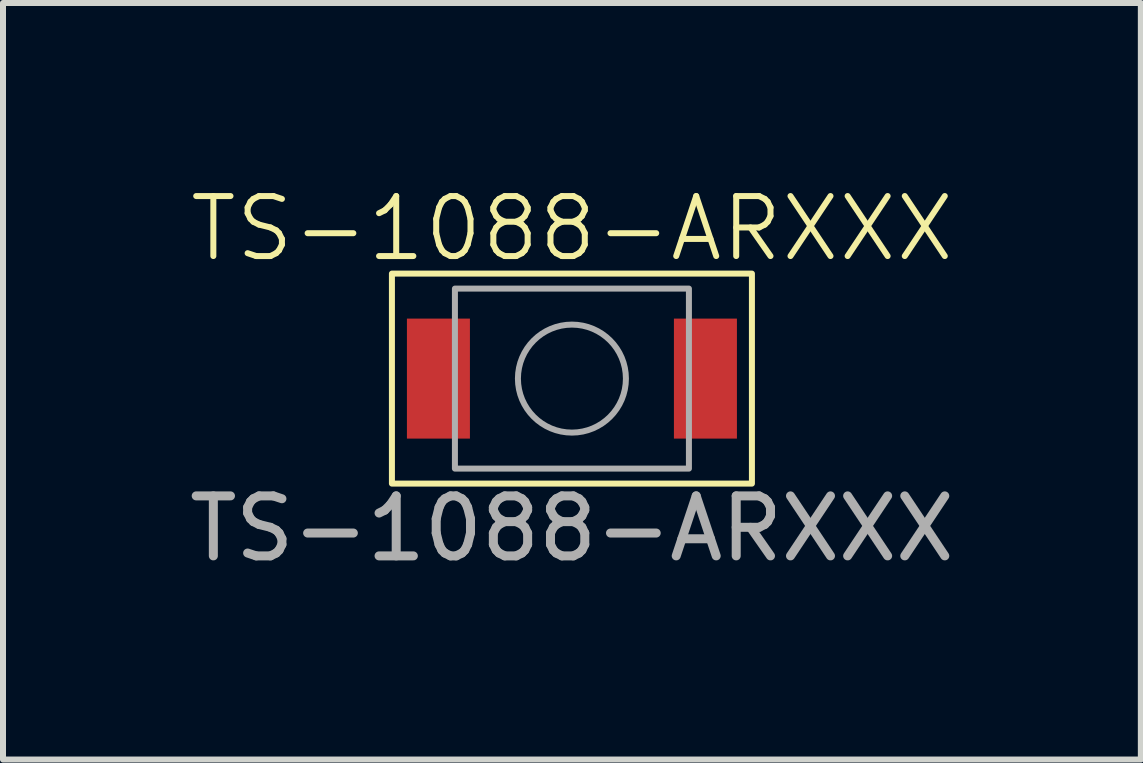
<source format=kicad_pcb>
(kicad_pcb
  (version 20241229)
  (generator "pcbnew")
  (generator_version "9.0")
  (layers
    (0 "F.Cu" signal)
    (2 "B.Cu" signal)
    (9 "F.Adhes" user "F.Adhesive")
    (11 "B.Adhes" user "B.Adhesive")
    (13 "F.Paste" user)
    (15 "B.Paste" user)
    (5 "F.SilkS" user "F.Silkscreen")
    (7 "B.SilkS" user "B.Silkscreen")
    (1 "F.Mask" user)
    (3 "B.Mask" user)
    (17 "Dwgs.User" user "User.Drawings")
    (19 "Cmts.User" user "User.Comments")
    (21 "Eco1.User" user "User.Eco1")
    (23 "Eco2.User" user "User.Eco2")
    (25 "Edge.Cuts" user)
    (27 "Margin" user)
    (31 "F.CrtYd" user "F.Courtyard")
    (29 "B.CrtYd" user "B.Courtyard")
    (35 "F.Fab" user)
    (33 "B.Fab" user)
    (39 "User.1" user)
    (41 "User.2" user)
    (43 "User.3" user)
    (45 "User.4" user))
  (footprint "TS-1088-ARXXX"
    (layer "F.Cu")
    (at 6.482 3.26)
    (property "Reference" "TS-1088-ARXXX" (at 0 -2.5 0) (unlocked yes) (layer "F.SilkS") (effects (font (size 1 1) (thickness 0.1))))
    (attr smd)
    (fp_rect (start -3 -1.75) (end 3 1.75) (stroke (width 0.1) (type default)) (fill no) (layer "F.SilkS"))
    (fp_rect (start -1.95 -1.5) (end 1.95 1.5) (stroke (width 0.1) (type solid)) (fill no) (layer "F.Fab"))
    (fp_circle (center 0 0) (end 0.9 0) (stroke (width 0.1) (type solid)) (fill no) (layer "F.Fab"))
    (fp_text user "${REFERENCE}" (at 0 2.5 0) (unlocked yes) (layer "F.Fab") (effects (font (size 1 1) (thickness 0.15))))
    (pad "1" smd rect (at -2.225 0) (size 1.05 2) (layers "F.Cu" "F.Mask" "F.Paste"))
    (pad "2" smd rect (at 2.225 0) (size 1.05 2) (layers "F.Cu" "F.Mask" "F.Paste")))
  (gr_rect
    (start -3 -3)
    (end 15.964 9.609)
    (stroke (width 0.1) (type default))
    (fill no)
    (layer "Edge.Cuts")))
</source>
